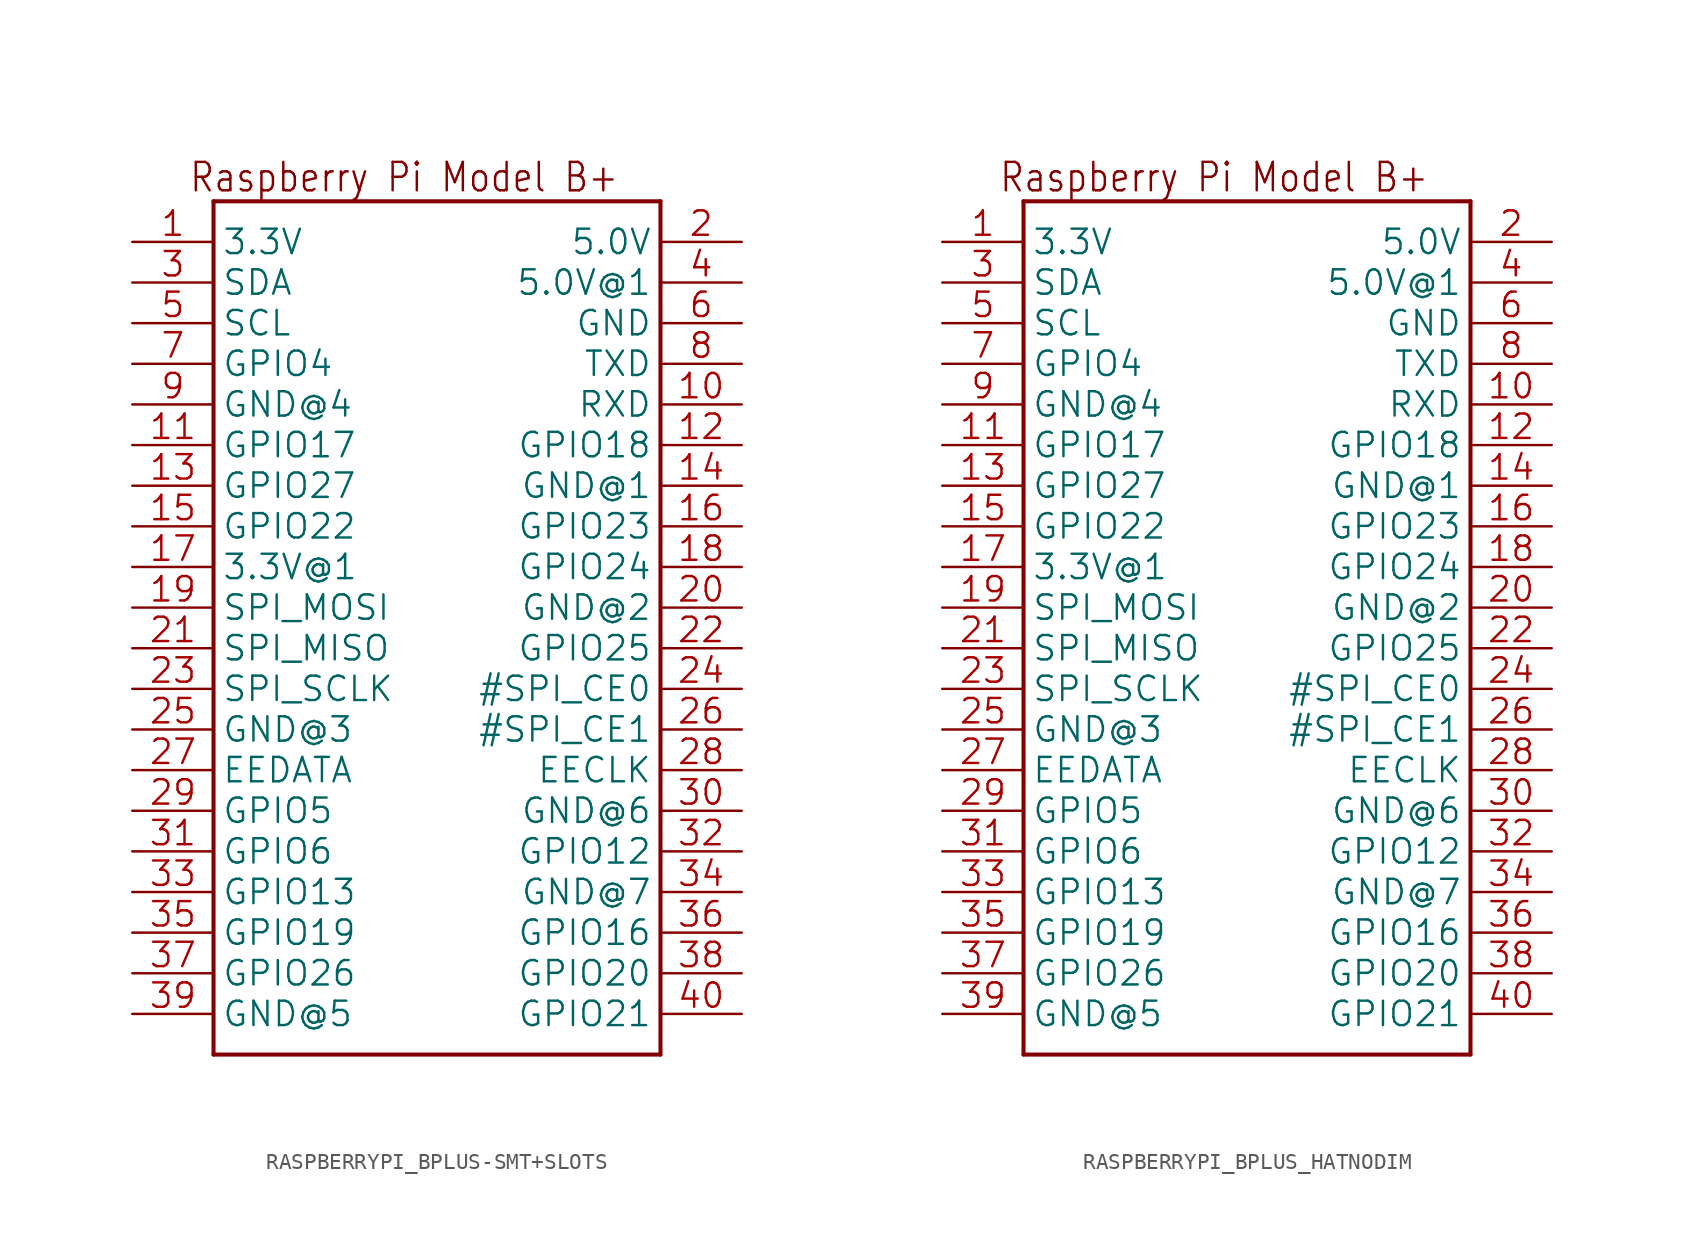
<source format=kicad_sym>
(kicad_symbol_lib
  (version 20241209)
  (generator "kicad_symbol_editor")
  (generator_version "9.0")
  (symbol "RASPBERRYPI_BPLUS-SMT+SLOTS"
    (property "Reference" "RPI"
      (at 0 0 0)
      (effects (font (size 1.27 1.27)) (hide yes)))
    (property "ki_locked" ""
      (at 0 0 0)
      (effects (font (size 1.27 1.27))))
    (symbol "RASPBERRYPI_BPLUS-SMT+SLOTS_1_0"
      (polyline (pts (xy -12.7 22.86) (xy 15.24 22.86)) (stroke (width 0.254) (type solid)) (fill (type none)))
      (polyline (pts (xy -12.7 -30.48) (xy -12.7 22.86)) (stroke (width 0.254) (type solid)) (fill (type none)))
      (polyline (pts (xy 15.24 22.86) (xy 15.24 -30.48)) (stroke (width 0.254) (type solid)) (fill (type none)))
      (polyline (pts (xy 15.24 -30.48) (xy -12.7 -30.48)) (stroke (width 0.254) (type solid)) (fill (type none)))
      (text "Raspberry Pi Model B+" (at 12.7 25.4 0) (effects (font (size 1.778 1.511)) (justify right top)))
      (pin power_in line (at -17.78 20.32 0) (length 5.08) (name "3.3V" (effects (font (size 1.524 1.524)))) (number "1" (effects (font (size 1.524 1.524)))))
      (pin bidirectional line (at -17.78 17.78 0) (length 5.08) (name "SDA" (effects (font (size 1.524 1.524)))) (number "3" (effects (font (size 1.524 1.524)))))
      (pin bidirectional line (at -17.78 15.24 0) (length 5.08) (name "SCL" (effects (font (size 1.524 1.524)))) (number "5" (effects (font (size 1.524 1.524)))))
      (pin bidirectional line (at -17.78 12.7 0) (length 5.08) (name "GPIO4" (effects (font (size 1.524 1.524)))) (number "7" (effects (font (size 1.524 1.524)))))
      (pin power_in line (at -17.78 10.16 0) (length 5.08) (name "GND@4" (effects (font (size 1.524 1.524)))) (number "9" (effects (font (size 1.524 1.524)))))
      (pin bidirectional line (at -17.78 7.62 0) (length 5.08) (name "GPIO17" (effects (font (size 1.524 1.524)))) (number "11" (effects (font (size 1.524 1.524)))))
      (pin bidirectional line (at -17.78 5.08 0) (length 5.08) (name "GPIO27" (effects (font (size 1.524 1.524)))) (number "13" (effects (font (size 1.524 1.524)))))
      (pin bidirectional line (at -17.78 2.54 0) (length 5.08) (name "GPIO22" (effects (font (size 1.524 1.524)))) (number "15" (effects (font (size 1.524 1.524)))))
      (pin power_in line (at -17.78 0 0) (length 5.08) (name "3.3V@1" (effects (font (size 1.524 1.524)))) (number "17" (effects (font (size 1.524 1.524)))))
      (pin bidirectional line (at -17.78 -2.54 0) (length 5.08) (name "SPI_MOSI" (effects (font (size 1.524 1.524)))) (number "19" (effects (font (size 1.524 1.524)))))
      (pin bidirectional line (at -17.78 -5.08 0) (length 5.08) (name "SPI_MISO" (effects (font (size 1.524 1.524)))) (number "21" (effects (font (size 1.524 1.524)))))
      (pin bidirectional line (at -17.78 -7.62 0) (length 5.08) (name "SPI_SCLK" (effects (font (size 1.524 1.524)))) (number "23" (effects (font (size 1.524 1.524)))))
      (pin power_in line (at -17.78 -10.16 0) (length 5.08) (name "GND@3" (effects (font (size 1.524 1.524)))) (number "25" (effects (font (size 1.524 1.524)))))
      (pin bidirectional line (at -17.78 -12.7 0) (length 5.08) (name "EEDATA" (effects (font (size 1.524 1.524)))) (number "27" (effects (font (size 1.524 1.524)))))
      (pin bidirectional line (at -17.78 -15.24 0) (length 5.08) (name "GPIO5" (effects (font (size 1.524 1.524)))) (number "29" (effects (font (size 1.524 1.524)))))
      (pin bidirectional line (at -17.78 -17.78 0) (length 5.08) (name "GPIO6" (effects (font (size 1.524 1.524)))) (number "31" (effects (font (size 1.524 1.524)))))
      (pin bidirectional line (at -17.78 -20.32 0) (length 5.08) (name "GPIO13" (effects (font (size 1.524 1.524)))) (number "33" (effects (font (size 1.524 1.524)))))
      (pin bidirectional line (at -17.78 -22.86 0) (length 5.08) (name "GPIO19" (effects (font (size 1.524 1.524)))) (number "35" (effects (font (size 1.524 1.524)))))
      (pin bidirectional line (at -17.78 -25.4 0) (length 5.08) (name "GPIO26" (effects (font (size 1.524 1.524)))) (number "37" (effects (font (size 1.524 1.524)))))
      (pin power_in line (at -17.78 -27.94 0) (length 5.08) (name "GND@5" (effects (font (size 1.524 1.524)))) (number "39" (effects (font (size 1.524 1.524)))))
      (pin power_in line (at 20.32 20.32 180) (length 5.08) (name "5.0V" (effects (font (size 1.524 1.524)))) (number "2" (effects (font (size 1.524 1.524)))))
      (pin power_in line (at 20.32 17.78 180) (length 5.08) (name "5.0V@1" (effects (font (size 1.524 1.524)))) (number "4" (effects (font (size 1.524 1.524)))))
      (pin power_in line (at 20.32 15.24 180) (length 5.08) (name "GND" (effects (font (size 1.524 1.524)))) (number "6" (effects (font (size 1.524 1.524)))))
      (pin bidirectional line (at 20.32 12.7 180) (length 5.08) (name "TXD" (effects (font (size 1.524 1.524)))) (number "8" (effects (font (size 1.524 1.524)))))
      (pin bidirectional line (at 20.32 10.16 180) (length 5.08) (name "RXD" (effects (font (size 1.524 1.524)))) (number "10" (effects (font (size 1.524 1.524)))))
      (pin bidirectional line (at 20.32 7.62 180) (length 5.08) (name "GPIO18" (effects (font (size 1.524 1.524)))) (number "12" (effects (font (size 1.524 1.524)))))
      (pin power_in line (at 20.32 5.08 180) (length 5.08) (name "GND@1" (effects (font (size 1.524 1.524)))) (number "14" (effects (font (size 1.524 1.524)))))
      (pin bidirectional line (at 20.32 2.54 180) (length 5.08) (name "GPIO23" (effects (font (size 1.524 1.524)))) (number "16" (effects (font (size 1.524 1.524)))))
      (pin bidirectional line (at 20.32 0 180) (length 5.08) (name "GPIO24" (effects (font (size 1.524 1.524)))) (number "18" (effects (font (size 1.524 1.524)))))
      (pin power_in line (at 20.32 -2.54 180) (length 5.08) (name "GND@2" (effects (font (size 1.524 1.524)))) (number "20" (effects (font (size 1.524 1.524)))))
      (pin bidirectional line (at 20.32 -5.08 180) (length 5.08) (name "GPIO25" (effects (font (size 1.524 1.524)))) (number "22" (effects (font (size 1.524 1.524)))))
      (pin bidirectional line (at 20.32 -7.62 180) (length 5.08) (name "#SPI_CE0" (effects (font (size 1.524 1.524)))) (number "24" (effects (font (size 1.524 1.524)))))
      (pin bidirectional line (at 20.32 -10.16 180) (length 5.08) (name "#SPI_CE1" (effects (font (size 1.524 1.524)))) (number "26" (effects (font (size 1.524 1.524)))))
      (pin bidirectional line (at 20.32 -12.7 180) (length 5.08) (name "EECLK" (effects (font (size 1.524 1.524)))) (number "28" (effects (font (size 1.524 1.524)))))
      (pin power_in line (at 20.32 -15.24 180) (length 5.08) (name "GND@6" (effects (font (size 1.524 1.524)))) (number "30" (effects (font (size 1.524 1.524)))))
      (pin bidirectional line (at 20.32 -17.78 180) (length 5.08) (name "GPIO12" (effects (font (size 1.524 1.524)))) (number "32" (effects (font (size 1.524 1.524)))))
      (pin power_in line (at 20.32 -20.32 180) (length 5.08) (name "GND@7" (effects (font (size 1.524 1.524)))) (number "34" (effects (font (size 1.524 1.524)))))
      (pin bidirectional line (at 20.32 -22.86 180) (length 5.08) (name "GPIO16" (effects (font (size 1.524 1.524)))) (number "36" (effects (font (size 1.524 1.524)))))
      (pin bidirectional line (at 20.32 -25.4 180) (length 5.08) (name "GPIO20" (effects (font (size 1.524 1.524)))) (number "38" (effects (font (size 1.524 1.524)))))
      (pin bidirectional line (at 20.32 -27.94 180) (length 5.08) (name "GPIO21" (effects (font (size 1.524 1.524)))) (number "40" (effects (font (size 1.524 1.524)))))))
  (symbol "RASPBERRYPI_BPLUS_HATNODIM"
    (property "Reference" "RPI"
      (at 0 0 0)
      (effects (font (size 1.27 1.27)) (hide yes)))
    (property "ki_locked" ""
      (at 0 0 0)
      (effects (font (size 1.27 1.27))))
    (symbol "RASPBERRYPI_BPLUS_HATNODIM_1_0"
      (polyline (pts (xy -12.7 22.86) (xy 15.24 22.86)) (stroke (width 0.254) (type solid)) (fill (type none)))
      (polyline (pts (xy -12.7 -30.48) (xy -12.7 22.86)) (stroke (width 0.254) (type solid)) (fill (type none)))
      (polyline (pts (xy 15.24 22.86) (xy 15.24 -30.48)) (stroke (width 0.254) (type solid)) (fill (type none)))
      (polyline (pts (xy 15.24 -30.48) (xy -12.7 -30.48)) (stroke (width 0.254) (type solid)) (fill (type none)))
      (text "Raspberry Pi Model B+" (at 12.7 25.4 0) (effects (font (size 1.778 1.511)) (justify right top)))
      (pin power_in line (at -17.78 20.32 0) (length 5.08) (name "3.3V" (effects (font (size 1.524 1.524)))) (number "1" (effects (font (size 1.524 1.524)))))
      (pin bidirectional line (at -17.78 17.78 0) (length 5.08) (name "SDA" (effects (font (size 1.524 1.524)))) (number "3" (effects (font (size 1.524 1.524)))))
      (pin bidirectional line (at -17.78 15.24 0) (length 5.08) (name "SCL" (effects (font (size 1.524 1.524)))) (number "5" (effects (font (size 1.524 1.524)))))
      (pin bidirectional line (at -17.78 12.7 0) (length 5.08) (name "GPIO4" (effects (font (size 1.524 1.524)))) (number "7" (effects (font (size 1.524 1.524)))))
      (pin power_in line (at -17.78 10.16 0) (length 5.08) (name "GND@4" (effects (font (size 1.524 1.524)))) (number "9" (effects (font (size 1.524 1.524)))))
      (pin bidirectional line (at -17.78 7.62 0) (length 5.08) (name "GPIO17" (effects (font (size 1.524 1.524)))) (number "11" (effects (font (size 1.524 1.524)))))
      (pin bidirectional line (at -17.78 5.08 0) (length 5.08) (name "GPIO27" (effects (font (size 1.524 1.524)))) (number "13" (effects (font (size 1.524 1.524)))))
      (pin bidirectional line (at -17.78 2.54 0) (length 5.08) (name "GPIO22" (effects (font (size 1.524 1.524)))) (number "15" (effects (font (size 1.524 1.524)))))
      (pin power_in line (at -17.78 0 0) (length 5.08) (name "3.3V@1" (effects (font (size 1.524 1.524)))) (number "17" (effects (font (size 1.524 1.524)))))
      (pin bidirectional line (at -17.78 -2.54 0) (length 5.08) (name "SPI_MOSI" (effects (font (size 1.524 1.524)))) (number "19" (effects (font (size 1.524 1.524)))))
      (pin bidirectional line (at -17.78 -5.08 0) (length 5.08) (name "SPI_MISO" (effects (font (size 1.524 1.524)))) (number "21" (effects (font (size 1.524 1.524)))))
      (pin bidirectional line (at -17.78 -7.62 0) (length 5.08) (name "SPI_SCLK" (effects (font (size 1.524 1.524)))) (number "23" (effects (font (size 1.524 1.524)))))
      (pin power_in line (at -17.78 -10.16 0) (length 5.08) (name "GND@3" (effects (font (size 1.524 1.524)))) (number "25" (effects (font (size 1.524 1.524)))))
      (pin bidirectional line (at -17.78 -12.7 0) (length 5.08) (name "EEDATA" (effects (font (size 1.524 1.524)))) (number "27" (effects (font (size 1.524 1.524)))))
      (pin bidirectional line (at -17.78 -15.24 0) (length 5.08) (name "GPIO5" (effects (font (size 1.524 1.524)))) (number "29" (effects (font (size 1.524 1.524)))))
      (pin bidirectional line (at -17.78 -17.78 0) (length 5.08) (name "GPIO6" (effects (font (size 1.524 1.524)))) (number "31" (effects (font (size 1.524 1.524)))))
      (pin bidirectional line (at -17.78 -20.32 0) (length 5.08) (name "GPIO13" (effects (font (size 1.524 1.524)))) (number "33" (effects (font (size 1.524 1.524)))))
      (pin bidirectional line (at -17.78 -22.86 0) (length 5.08) (name "GPIO19" (effects (font (size 1.524 1.524)))) (number "35" (effects (font (size 1.524 1.524)))))
      (pin bidirectional line (at -17.78 -25.4 0) (length 5.08) (name "GPIO26" (effects (font (size 1.524 1.524)))) (number "37" (effects (font (size 1.524 1.524)))))
      (pin power_in line (at -17.78 -27.94 0) (length 5.08) (name "GND@5" (effects (font (size 1.524 1.524)))) (number "39" (effects (font (size 1.524 1.524)))))
      (pin power_in line (at 20.32 20.32 180) (length 5.08) (name "5.0V" (effects (font (size 1.524 1.524)))) (number "2" (effects (font (size 1.524 1.524)))))
      (pin power_in line (at 20.32 17.78 180) (length 5.08) (name "5.0V@1" (effects (font (size 1.524 1.524)))) (number "4" (effects (font (size 1.524 1.524)))))
      (pin power_in line (at 20.32 15.24 180) (length 5.08) (name "GND" (effects (font (size 1.524 1.524)))) (number "6" (effects (font (size 1.524 1.524)))))
      (pin bidirectional line (at 20.32 12.7 180) (length 5.08) (name "TXD" (effects (font (size 1.524 1.524)))) (number "8" (effects (font (size 1.524 1.524)))))
      (pin bidirectional line (at 20.32 10.16 180) (length 5.08) (name "RXD" (effects (font (size 1.524 1.524)))) (number "10" (effects (font (size 1.524 1.524)))))
      (pin bidirectional line (at 20.32 7.62 180) (length 5.08) (name "GPIO18" (effects (font (size 1.524 1.524)))) (number "12" (effects (font (size 1.524 1.524)))))
      (pin power_in line (at 20.32 5.08 180) (length 5.08) (name "GND@1" (effects (font (size 1.524 1.524)))) (number "14" (effects (font (size 1.524 1.524)))))
      (pin bidirectional line (at 20.32 2.54 180) (length 5.08) (name "GPIO23" (effects (font (size 1.524 1.524)))) (number "16" (effects (font (size 1.524 1.524)))))
      (pin bidirectional line (at 20.32 0 180) (length 5.08) (name "GPIO24" (effects (font (size 1.524 1.524)))) (number "18" (effects (font (size 1.524 1.524)))))
      (pin power_in line (at 20.32 -2.54 180) (length 5.08) (name "GND@2" (effects (font (size 1.524 1.524)))) (number "20" (effects (font (size 1.524 1.524)))))
      (pin bidirectional line (at 20.32 -5.08 180) (length 5.08) (name "GPIO25" (effects (font (size 1.524 1.524)))) (number "22" (effects (font (size 1.524 1.524)))))
      (pin bidirectional line (at 20.32 -7.62 180) (length 5.08) (name "#SPI_CE0" (effects (font (size 1.524 1.524)))) (number "24" (effects (font (size 1.524 1.524)))))
      (pin bidirectional line (at 20.32 -10.16 180) (length 5.08) (name "#SPI_CE1" (effects (font (size 1.524 1.524)))) (number "26" (effects (font (size 1.524 1.524)))))
      (pin bidirectional line (at 20.32 -12.7 180) (length 5.08) (name "EECLK" (effects (font (size 1.524 1.524)))) (number "28" (effects (font (size 1.524 1.524)))))
      (pin power_in line (at 20.32 -15.24 180) (length 5.08) (name "GND@6" (effects (font (size 1.524 1.524)))) (number "30" (effects (font (size 1.524 1.524)))))
      (pin bidirectional line (at 20.32 -17.78 180) (length 5.08) (name "GPIO12" (effects (font (size 1.524 1.524)))) (number "32" (effects (font (size 1.524 1.524)))))
      (pin power_in line (at 20.32 -20.32 180) (length 5.08) (name "GND@7" (effects (font (size 1.524 1.524)))) (number "34" (effects (font (size 1.524 1.524)))))
      (pin bidirectional line (at 20.32 -22.86 180) (length 5.08) (name "GPIO16" (effects (font (size 1.524 1.524)))) (number "36" (effects (font (size 1.524 1.524)))))
      (pin bidirectional line (at 20.32 -25.4 180) (length 5.08) (name "GPIO20" (effects (font (size 1.524 1.524)))) (number "38" (effects (font (size 1.524 1.524)))))
      (pin bidirectional line (at 20.32 -27.94 180) (length 5.08) (name "GPIO21" (effects (font (size 1.524 1.524)))) (number "40" (effects (font (size 1.524 1.524))))))))
</source>
